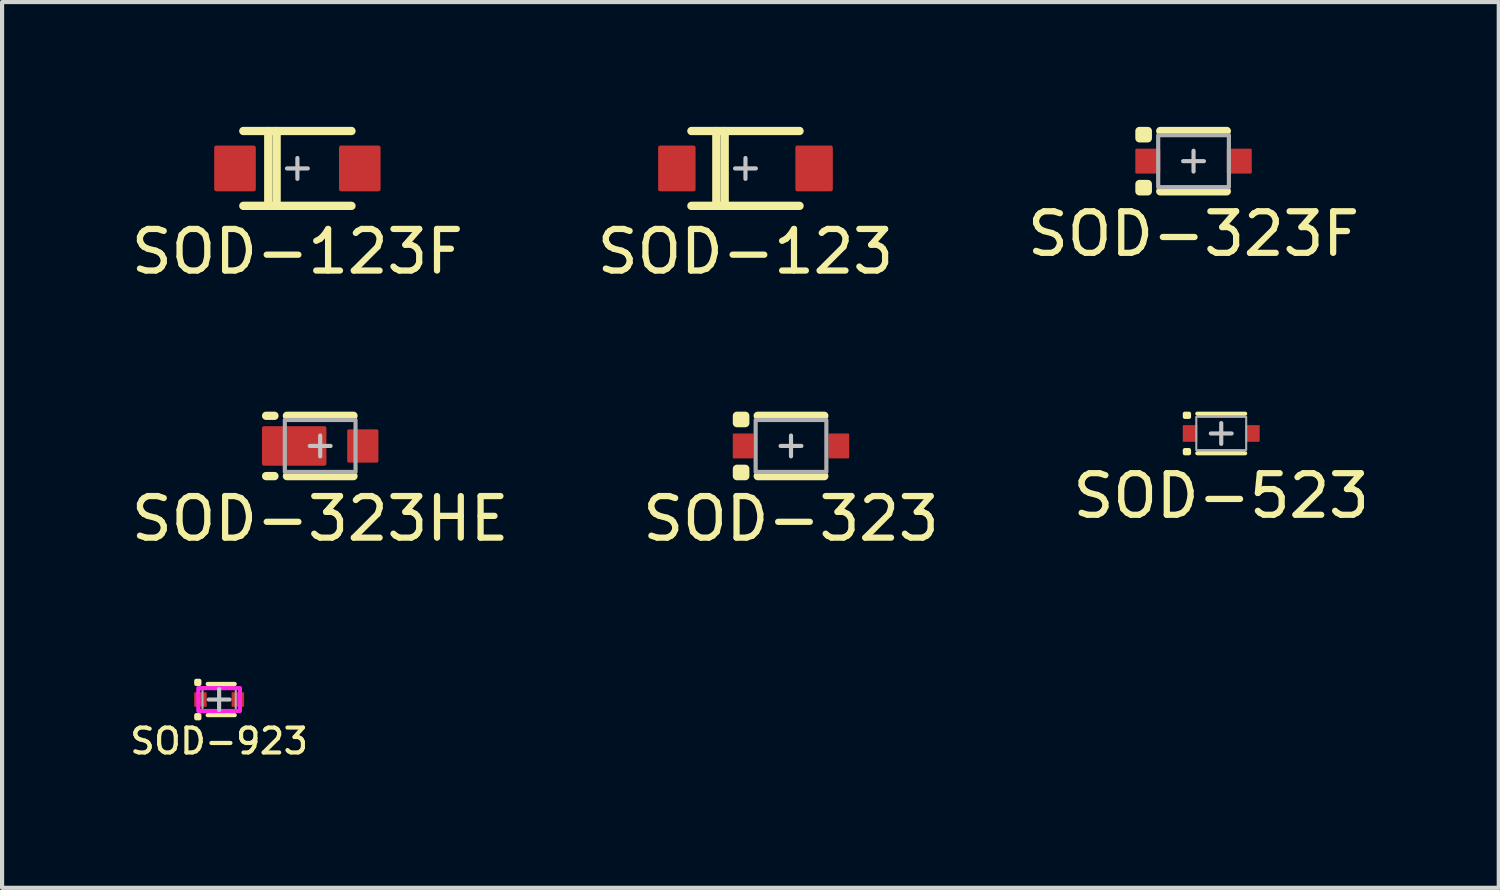
<source format=kicad_pcb>
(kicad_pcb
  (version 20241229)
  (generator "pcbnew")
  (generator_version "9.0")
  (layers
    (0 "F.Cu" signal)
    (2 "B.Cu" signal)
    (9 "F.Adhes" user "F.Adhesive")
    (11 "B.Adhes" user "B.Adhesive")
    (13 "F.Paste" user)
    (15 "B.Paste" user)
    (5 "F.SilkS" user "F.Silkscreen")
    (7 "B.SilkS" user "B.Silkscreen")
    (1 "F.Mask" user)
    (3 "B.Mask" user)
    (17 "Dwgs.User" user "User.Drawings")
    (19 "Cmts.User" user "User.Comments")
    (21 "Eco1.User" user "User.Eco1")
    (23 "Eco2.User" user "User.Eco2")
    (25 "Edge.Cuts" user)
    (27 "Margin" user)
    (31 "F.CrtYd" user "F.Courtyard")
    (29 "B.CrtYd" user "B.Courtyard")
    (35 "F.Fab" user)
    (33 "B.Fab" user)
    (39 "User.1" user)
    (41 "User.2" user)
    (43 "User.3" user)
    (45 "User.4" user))
  (footprint "SOD-323F"
    (layer "F.Cu")
    (at 25.649 0.825)
    (property "Reference" "SOD-323F" (at 0 1.75 0) (unlocked yes) (layer "F.SilkS") (effects (font (size 1 1) (thickness 0.15))))
    (attr smd)
    (fp_line (start -0.8 -0.725) (end 0.8 -0.725) (stroke (width 0.2) (type solid)) (layer "F.SilkS"))
    (fp_line (start -0.8 0.725) (end 0.8 0.725) (stroke (width 0.2) (type solid)) (layer "F.SilkS"))
    (fp_rect (start -1.3 -0.725) (end -1.1 -0.55) (stroke (width 0.2) (type solid)) (fill no) (layer "F.SilkS"))
    (fp_rect (start -1.3 0.55) (end -1.1 0.725) (stroke (width 0.2) (type solid)) (fill no) (layer "F.SilkS"))
    (fp_line (start -0.25 0) (end 0.25 0) (stroke (width 0.1) (type solid)) (layer "Dwgs.User"))
    (fp_line (start 0 -0.25) (end 0 0.25) (stroke (width 0.1) (type solid)) (layer "Dwgs.User"))
    (fp_rect (start -0.85 -0.625) (end 0.85 0.625) (stroke (width 0.1) (type solid)) (fill no) (layer "F.Fab"))
    (pad "1" smd roundrect (at -1.1 0) (size 0.6 0.6) (layers "F.Cu" "F.Mask" "F.Paste") (roundrect_rratio 0.05))
    (pad "2" smd roundrect (at 1.1 0) (size 0.6 0.6) (layers "F.Cu" "F.Mask" "F.Paste") (roundrect_rratio 0.05)))
  (footprint "SOD-123F"
    (layer "F.Cu")
    (at 4.101 1)
    (property "Reference" "SOD-123F" (at 0 2 0) (unlocked yes) (layer "F.SilkS") (effects (font (size 1 1) (thickness 0.15))))
    (attr smd)
    (fp_line (start -1.3 -0.9) (end 1.3 -0.9) (stroke (width 0.2) (type solid)) (layer "F.SilkS"))
    (fp_line (start -1.3 0.9) (end 1.3 0.9) (stroke (width 0.2) (type solid)) (layer "F.SilkS"))
    (fp_line (start -0.7 -0.9) (end -0.7 0.9) (stroke (width 0.2) (type solid)) (layer "F.SilkS"))
    (fp_line (start -0.5 -0.9) (end -0.5 0.9) (stroke (width 0.2) (type solid)) (layer "F.SilkS"))
    (fp_line (start -0.25 0) (end 0.25 0) (stroke (width 0.1) (type solid)) (layer "Dwgs.User"))
    (fp_line (start 0 -0.25) (end 0 0.25) (stroke (width 0.1) (type solid)) (layer "Dwgs.User"))
    (pad "1" smd roundrect (at -1.5 0 90) (size 1.1 1) (layers "F.Cu" "F.Mask" "F.Paste") (roundrect_rratio 0.05))
    (pad "2" smd roundrect (at 1.5 0 90) (size 1.1 1) (layers "F.Cu" "F.Mask" "F.Paste") (roundrect_rratio 0.05)))
  (footprint "SOD-123"
    (layer "F.Cu")
    (at 14.875 1)
    (property "Reference" "SOD-123" (at 0 2 0) (unlocked yes) (layer "F.SilkS") (effects (font (size 1 1) (thickness 0.15))))
    (attr smd)
    (fp_line (start -1.3 -0.9) (end 1.3 -0.9) (stroke (width 0.2) (type solid)) (layer "F.SilkS"))
    (fp_line (start -1.3 0.9) (end 1.3 0.9) (stroke (width 0.2) (type solid)) (layer "F.SilkS"))
    (fp_line (start -0.7 -0.9) (end -0.7 0.9) (stroke (width 0.2) (type solid)) (layer "F.SilkS"))
    (fp_line (start -0.5 -0.9) (end -0.5 0.9) (stroke (width 0.2) (type solid)) (layer "F.SilkS"))
    (fp_line (start -0.25 0) (end 0.25 0) (stroke (width 0.1) (type solid)) (layer "Dwgs.User"))
    (fp_line (start 0 -0.25) (end 0 0.25) (stroke (width 0.1) (type solid)) (layer "Dwgs.User"))
    (pad "1" smd roundrect (at -1.65 0) (size 0.9 1.1) (layers "F.Cu" "F.Mask" "F.Paste") (roundrect_rratio 0.05))
    (pad "2" smd roundrect (at 1.65 0) (size 0.9 1.1) (layers "F.Cu" "F.Mask" "F.Paste") (roundrect_rratio 0.05)))
  (footprint "SOD-923"
    (layer "F.Cu")
    (at 2.219 13.771)
    (property "Reference" "SOD-923" (at 0 1 0) (unlocked yes) (layer "F.SilkS") (effects (font (size 0.6 0.6) (thickness 0.1))))
    (attr smd)
    (fp_line (start -0.275 -0.375) (end 0.375 -0.375) (stroke (width 0.1) (type solid)) (layer "F.SilkS"))
    (fp_line (start -0.275 0.375) (end 0.375 0.375) (stroke (width 0.1) (type solid)) (layer "F.SilkS"))
    (fp_rect (start -0.55 -0.375) (end -0.475 -0.45) (stroke (width 0.1) (type solid)) (fill no) (layer "F.SilkS"))
    (fp_rect (start -0.55 0.375) (end -0.475 0.45) (stroke (width 0.1) (type solid)) (fill no) (layer "F.SilkS"))
    (fp_line (start -0.25 0) (end 0.25 0) (stroke (width 0.1) (type solid)) (layer "Dwgs.User"))
    (fp_line (start 0 -0.25) (end 0 0.25) (stroke (width 0.1) (type solid)) (layer "Dwgs.User"))
    (fp_rect (start -0.5 -0.275) (end 0.5 0.275) (stroke (width 0.1) (type solid)) (fill no) (layer "F.CrtYd"))
    (fp_rect (start -0.4 -0.3) (end 0.4 0.3) (stroke (width 0.05) (type solid)) (fill no) (layer "F.Fab"))
    (pad "1" smd roundrect (at -0.45 0 90) (size 0.35 0.3) (layers "F.Cu" "F.Mask" "F.Paste") (roundrect_rratio 0.05))
    (pad "2" smd roundrect (at 0.45 0 90) (size 0.35 0.3) (layers "F.Cu" "F.Mask" "F.Paste") (roundrect_rratio 0.05)))
  (footprint "SOD-323"
    (layer "F.Cu")
    (at 15.97 7.673)
    (property "Reference" "SOD-323" (at 0 1.75 0) (unlocked yes) (layer "F.SilkS") (effects (font (size 1 1) (thickness 0.15))))
    (attr smd)
    (fp_line (start -0.8 -0.725) (end 0.8 -0.725) (stroke (width 0.2) (type solid)) (layer "F.SilkS"))
    (fp_line (start -0.8 0.725) (end 0.8 0.725) (stroke (width 0.2) (type solid)) (layer "F.SilkS"))
    (fp_rect (start -1.3 -0.725) (end -1.1 -0.55) (stroke (width 0.2) (type solid)) (fill no) (layer "F.SilkS"))
    (fp_rect (start -1.3 0.55) (end -1.1 0.725) (stroke (width 0.2) (type solid)) (fill no) (layer "F.SilkS"))
    (fp_line (start -0.25 0) (end 0.25 0) (stroke (width 0.1) (type solid)) (layer "Dwgs.User"))
    (fp_line (start 0 -0.25) (end 0 0.25) (stroke (width 0.1) (type solid)) (layer "Dwgs.User"))
    (fp_rect (start -0.85 -0.625) (end 0.85 0.625) (stroke (width 0.1) (type solid)) (fill no) (layer "F.Fab"))
    (pad "1" smd roundrect (at -1.15 0 90) (size 0.6 0.5) (layers "F.Cu" "F.Mask" "F.Paste") (roundrect_rratio 0.05))
    (pad "2" smd roundrect (at 1.15 0 90) (size 0.6 0.5) (layers "F.Cu" "F.Mask" "F.Paste") (roundrect_rratio 0.05)))
  (footprint "SOD-323HE"
    (layer "F.Cu")
    (at 4.649 7.673)
    (property "Reference" "SOD-323HE" (at 0 1.75 0) (unlocked yes) (layer "F.SilkS") (effects (font (size 1 1) (thickness 0.15))))
    (attr smd)
    (fp_line (start -1.1 -0.725) (end -1.3 -0.725) (stroke (width 0.2) (type solid)) (layer "F.SilkS"))
    (fp_line (start -1.1 0.725) (end -1.3 0.725) (stroke (width 0.2) (type solid)) (layer "F.SilkS"))
    (fp_line (start -0.8 -0.725) (end 0.8 -0.725) (stroke (width 0.2) (type solid)) (layer "F.SilkS"))
    (fp_line (start -0.8 0.725) (end 0.8 0.725) (stroke (width 0.2) (type solid)) (layer "F.SilkS"))
    (fp_line (start -0.25 0) (end 0.25 0) (stroke (width 0.1) (type solid)) (layer "Dwgs.User"))
    (fp_line (start 0 -0.25) (end 0 0.25) (stroke (width 0.1) (type solid)) (layer "Dwgs.User"))
    (fp_rect (start -0.85 -0.625) (end 0.85 0.625) (stroke (width 0.1) (type solid)) (fill no) (layer "F.Fab"))
    (pad "1" smd roundrect (at -0.625 0) (size 1.55 0.95) (layers "F.Cu" "F.Mask" "F.Paste") (roundrect_rratio 0.05))
    (pad "2" smd roundrect (at 1.025 0 90) (size 0.8 0.75) (layers "F.Cu" "F.Mask" "F.Paste") (roundrect_rratio 0.05)))
  (footprint "SOD-523"
    (layer "F.Cu")
    (at 26.315 7.373)
    (property "Reference" "SOD-523" (at 0 1.5 0) (unlocked yes) (layer "F.SilkS") (effects (font (size 1 1) (thickness 0.15))))
    (attr smd)
    (fp_line (start -0.575 -0.475) (end 0.575 -0.475) (stroke (width 0.1) (type solid)) (layer "F.SilkS"))
    (fp_line (start -0.575 0.475) (end 0.575 0.475) (stroke (width 0.1) (type solid)) (layer "F.SilkS"))
    (fp_rect (start -0.875 -0.475) (end -0.775 -0.4) (stroke (width 0.1) (type solid)) (fill no) (layer "F.SilkS"))
    (fp_rect (start -0.875 0.4) (end -0.775 0.475) (stroke (width 0.1) (type solid)) (fill no) (layer "F.SilkS"))
    (fp_line (start -0.25 0) (end 0.25 0) (stroke (width 0.1) (type solid)) (layer "Dwgs.User"))
    (fp_line (start 0 -0.25) (end 0 0.25) (stroke (width 0.1) (type solid)) (layer "Dwgs.User"))
    (fp_rect (start -0.6 -0.4) (end 0.6 0.4) (stroke (width 0.05) (type solid)) (fill no) (layer "F.Fab"))
    (pad "1" smd roundrect (at -0.75 0 90) (size 0.4 0.35) (layers "F.Cu" "F.Mask" "F.Paste") (roundrect_rratio 0.05))
    (pad "2" smd roundrect (at 0.75 0 90) (size 0.4 0.35) (layers "F.Cu" "F.Mask" "F.Paste") (roundrect_rratio 0.05)))
  (gr_rect
    (start -3 -3)
    (end 32.988 18.298)
    (stroke (width 0.1) (type default))
    (fill no)
    (layer "Edge.Cuts")))
</source>
